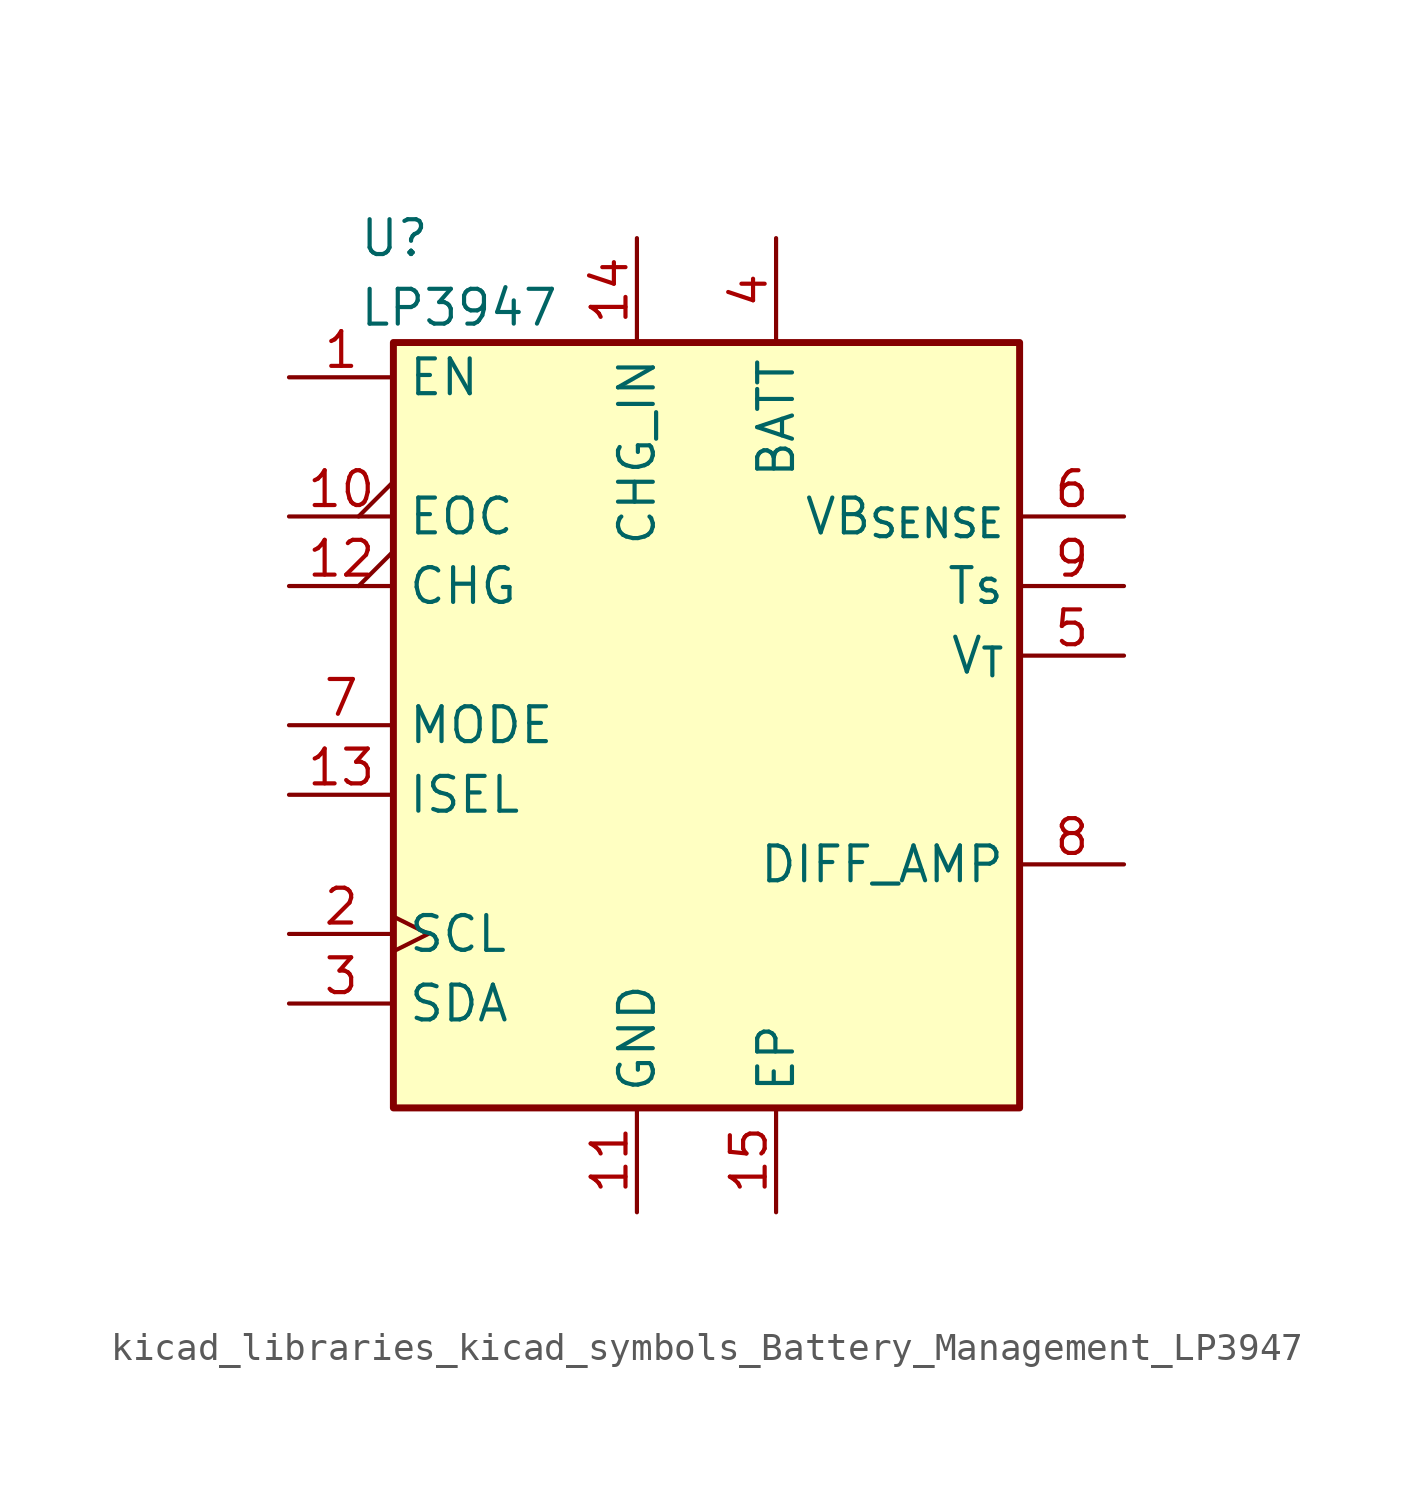
<source format=kicad_sym>
(kicad_symbol_lib
  (version 20220914)
  (generator kicad_symbol_editor)
  (symbol "kicad_libraries_kicad_symbols_Battery_Management_LP3947"
    (property "Reference" "U"
      (at -12.7 17.78 0)
      (effects (font (size 1.27 1.27)) (justify left)))
    (property "Value" "LP3947"
      (at -12.7 15.24 0)
      (effects (font (size 1.27 1.27)) (justify left)))
    (symbol "kicad_libraries_kicad_symbols_Battery_Management_LP3947_0_1"
      (rectangle (start -11.43 13.97) (end 11.43 -13.97) (stroke (width 0.254) (type default)) (fill (type background))))
    (symbol "kicad_libraries_kicad_symbols_Battery_Management_LP3947_1_1"
      (pin input line (at -15.24 12.7 0) (length 3.81) (name "EN" (effects (font (size 1.27 1.27)))) (number "1" (effects (font (size 1.27 1.27)))))
      (pin open_collector output_low (at -15.24 7.62 0) (length 3.81) (name "EOC" (effects (font (size 1.27 1.27)))) (number "10" (effects (font (size 1.27 1.27)))))
      (pin power_in line (at -2.54 -17.78 90) (length 3.81) (name "GND" (effects (font (size 1.27 1.27)))) (number "11" (effects (font (size 1.27 1.27)))))
      (pin open_collector output_low (at -15.24 5.08 0) (length 3.81) (name "CHG" (effects (font (size 1.27 1.27)))) (number "12" (effects (font (size 1.27 1.27)))))
      (pin input line (at -15.24 -2.54 0) (length 3.81) (name "ISEL" (effects (font (size 1.27 1.27)))) (number "13" (effects (font (size 1.27 1.27)))))
      (pin power_in line (at -2.54 17.78 270) (length 3.81) (name "CHG_IN" (effects (font (size 1.27 1.27)))) (number "14" (effects (font (size 1.27 1.27)))))
      (pin power_in line (at 2.54 -17.78 90) (length 3.81) (name "EP" (effects (font (size 1.27 1.27)))) (number "15" (effects (font (size 1.27 1.27)))))
      (pin input clock (at -15.24 -7.62 0) (length 3.81) (name "SCL" (effects (font (size 1.27 1.27)))) (number "2" (effects (font (size 1.27 1.27)))))
      (pin bidirectional line (at -15.24 -10.16 0) (length 3.81) (name "SDA" (effects (font (size 1.27 1.27)))) (number "3" (effects (font (size 1.27 1.27)))))
      (pin power_out line (at 2.54 17.78 270) (length 3.81) (name "BATT" (effects (font (size 1.27 1.27)))) (number "4" (effects (font (size 1.27 1.27)))))
      (pin power_out line (at 15.24 2.54 180) (length 3.81) (name "V_{T}" (effects (font (size 1.27 1.27)))) (number "5" (effects (font (size 1.27 1.27)))))
      (pin input line (at 15.24 7.62 180) (length 3.81) (name "VB_{SENSE}" (effects (font (size 1.27 1.27)))) (number "6" (effects (font (size 1.27 1.27)))))
      (pin input line (at -15.24 0 0) (length 3.81) (name "MODE" (effects (font (size 1.27 1.27)))) (number "7" (effects (font (size 1.27 1.27)))))
      (pin output line (at 15.24 -5.08 180) (length 3.81) (name "DIFF_AMP" (effects (font (size 1.27 1.27)))) (number "8" (effects (font (size 1.27 1.27)))))
      (pin input line (at 15.24 5.08 180) (length 3.81) (name "Ts" (effects (font (size 1.27 1.27)))) (number "9" (effects (font (size 1.27 1.27))))))))
</source>
